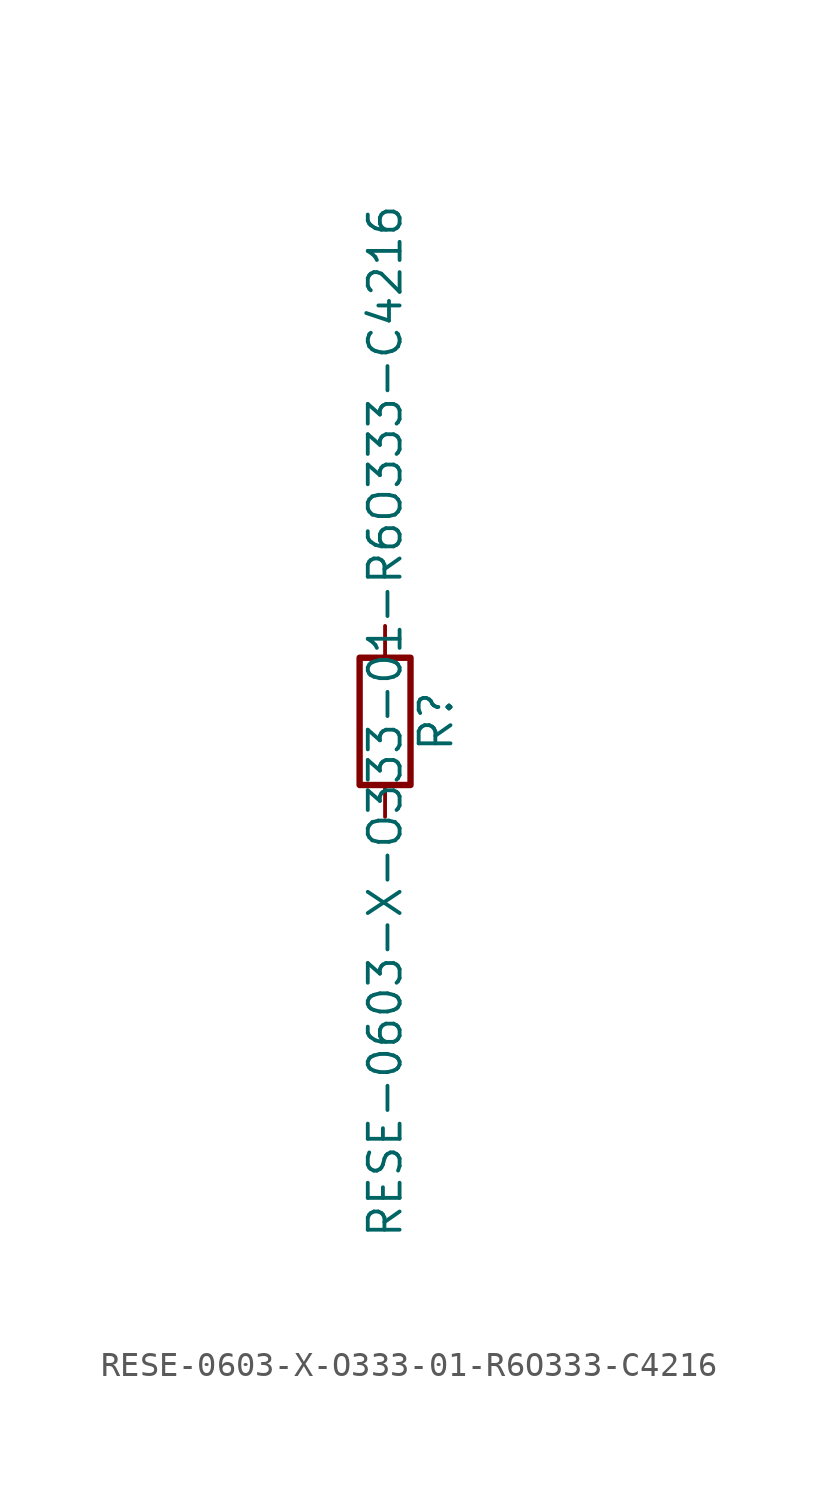
<source format=kicad_sym>
(kicad_symbol_lib
  (version 20211014)
  (generator kicad_symbol_editor)
  (symbol "RESE-0603-X-O333-01-R6O333-C4216"
    (pin_numbers hide)
    (pin_names
      (offset 0))
    (property "Reference" "R"
      (at 2.032 0 90)
      (effects (font (size 1.27 1.27))))
    (property "Value" "RESE-0603-X-O333-01-R6O333-C4216"
      (at 0 0 90)
      (effects (font (size 1.27 1.27))))
    (symbol "RESE-0603-X-O333-01-R6O333-C4216_0_1"
      (rectangle (start -1.016 -2.54) (end 1.016 2.54) (stroke (width 0.254) (type default) (color 0 0 0 0)) (fill (type none))))
    (symbol "RESE-0603-X-O333-01-R6O333-C4216_1_1"
      (pin passive line (at 0 3.81 270) (length 1.27) (name "~" (effects (font (size 1.27 1.27)))) (number "1" (effects (font (size 1.27 1.27)))))
      (pin passive line (at 0 -3.81 90) (length 1.27) (name "~" (effects (font (size 1.27 1.27)))) (number "2" (effects (font (size 1.27 1.27))))))))
</source>
